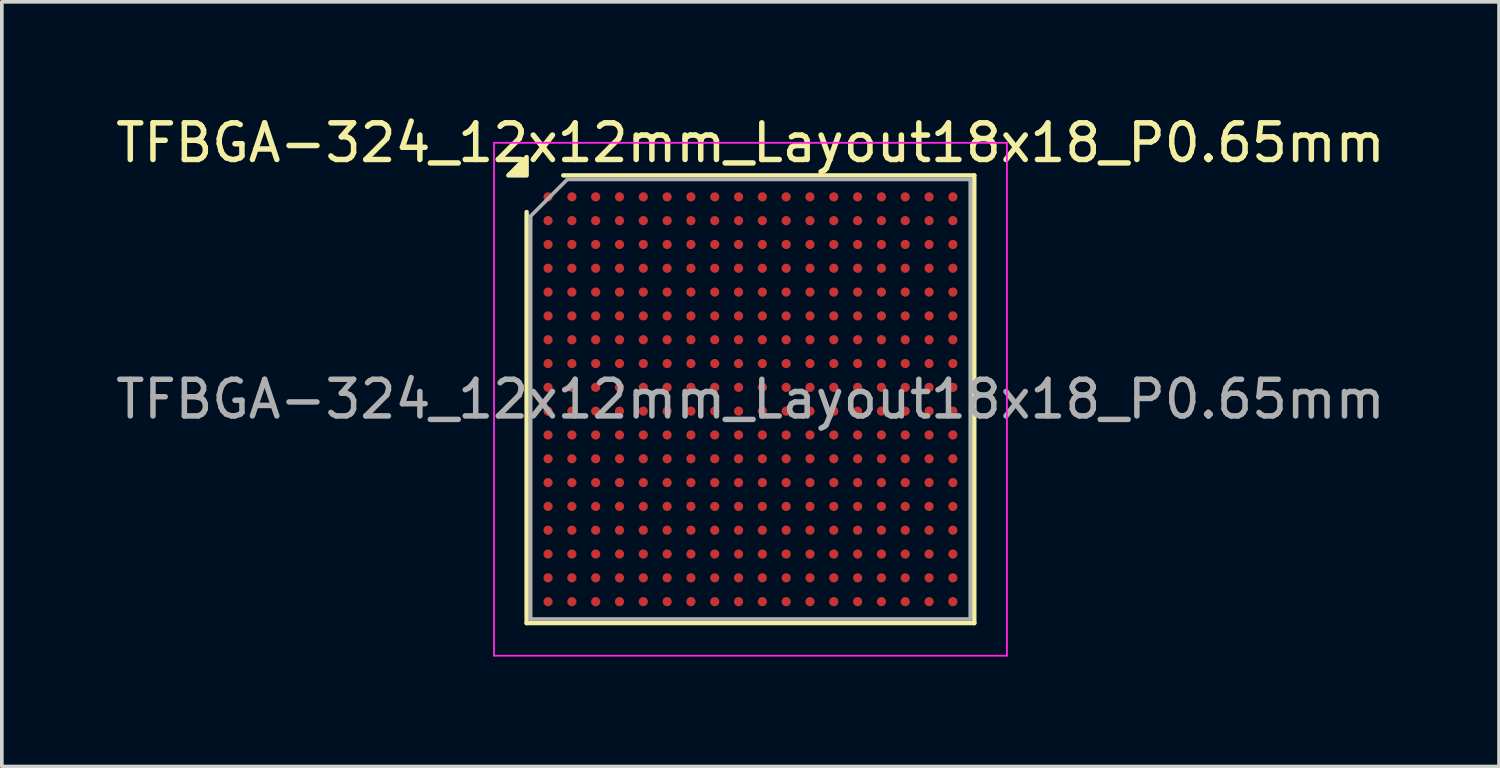
<source format=kicad_pcb>
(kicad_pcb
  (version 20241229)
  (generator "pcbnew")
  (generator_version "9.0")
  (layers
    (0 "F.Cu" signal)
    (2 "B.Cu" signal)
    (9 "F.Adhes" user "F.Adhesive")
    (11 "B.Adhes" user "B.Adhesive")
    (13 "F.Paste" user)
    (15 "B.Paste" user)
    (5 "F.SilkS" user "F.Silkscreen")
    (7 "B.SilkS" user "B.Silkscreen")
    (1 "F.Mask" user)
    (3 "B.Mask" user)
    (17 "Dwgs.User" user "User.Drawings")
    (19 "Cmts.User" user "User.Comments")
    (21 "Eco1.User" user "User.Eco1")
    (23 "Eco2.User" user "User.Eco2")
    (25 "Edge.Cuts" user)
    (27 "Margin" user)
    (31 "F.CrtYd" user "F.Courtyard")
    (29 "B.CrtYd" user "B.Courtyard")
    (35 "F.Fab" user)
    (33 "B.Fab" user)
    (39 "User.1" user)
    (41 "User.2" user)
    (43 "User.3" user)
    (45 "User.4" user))
  (footprint "TFBGA-324_12x12mm_Layout18x18_P0.65mm"
    (layer "F.Cu")
    (at 17.435 7.848)
    (property "Reference" "TFBGA-324_12x12mm_Layout18x18_P0.65mm" (at 0 -7 0) (layer "F.SilkS") (effects (font (size 1 1) (thickness 0.15))))
    (attr smd)
    (fp_line (start -6.11 6.11) (end -6.11 -5.11) (stroke (width 0.12) (type solid)) (layer "F.SilkS"))
    (fp_line (start -5.11 -6.11) (end 6.11 -6.11) (stroke (width 0.12) (type solid)) (layer "F.SilkS"))
    (fp_line (start 6.11 -6.11) (end 6.11 6.11) (stroke (width 0.12) (type solid)) (layer "F.SilkS"))
    (fp_line (start 6.11 6.11) (end -6.11 6.11) (stroke (width 0.12) (type solid)) (layer "F.SilkS"))
    (fp_poly (pts (xy -6.11 -6.11) (xy -6.61 -6.11) (xy -6.11 -6.61)) (stroke (width 0.12) (type solid)) (fill yes) (layer "F.SilkS"))
    (fp_line (start -7 -7) (end -7 7) (stroke (width 0.05) (type solid)) (layer "F.CrtYd"))
    (fp_line (start -7 7) (end 7 7) (stroke (width 0.05) (type solid)) (layer "F.CrtYd"))
    (fp_line (start 7 -7) (end -7 -7) (stroke (width 0.05) (type solid)) (layer "F.CrtYd"))
    (fp_line (start 7 7) (end 7 -7) (stroke (width 0.05) (type solid)) (layer "F.CrtYd"))
    (fp_line (start -6 -5) (end -5 -6) (stroke (width 0.1) (type solid)) (layer "F.Fab"))
    (fp_line (start -6 6) (end -6 -5) (stroke (width 0.1) (type solid)) (layer "F.Fab"))
    (fp_line (start -5 -6) (end 6 -6) (stroke (width 0.1) (type solid)) (layer "F.Fab"))
    (fp_line (start 6 -6) (end 6 6) (stroke (width 0.1) (type solid)) (layer "F.Fab"))
    (fp_line (start 6 6) (end -6 6) (stroke (width 0.1) (type solid)) (layer "F.Fab"))
    (fp_text user "${REFERENCE}" (at 0 0 0) (layer "F.Fab") (effects (font (size 1 1) (thickness 0.15))))
    (pad "A1" smd circle (at -5.525 -5.525) (size 0.25 0.25) (property pad_prop_bga) (layers "F.Cu" "F.Mask" "F.Paste"))
    (pad "A2" smd circle (at -4.875 -5.525) (size 0.25 0.25) (property pad_prop_bga) (layers "F.Cu" "F.Mask" "F.Paste"))
    (pad "A3" smd circle (at -4.225 -5.525) (size 0.25 0.25) (property pad_prop_bga) (layers "F.Cu" "F.Mask" "F.Paste"))
    (pad "A4" smd circle (at -3.575 -5.525) (size 0.25 0.25) (property pad_prop_bga) (layers "F.Cu" "F.Mask" "F.Paste"))
    (pad "A5" smd circle (at -2.925 -5.525) (size 0.25 0.25) (property pad_prop_bga) (layers "F.Cu" "F.Mask" "F.Paste"))
    (pad "A6" smd circle (at -2.275 -5.525) (size 0.25 0.25) (property pad_prop_bga) (layers "F.Cu" "F.Mask" "F.Paste"))
    (pad "A7" smd circle (at -1.625 -5.525) (size 0.25 0.25) (property pad_prop_bga) (layers "F.Cu" "F.Mask" "F.Paste"))
    (pad "A8" smd circle (at -0.975 -5.525) (size 0.25 0.25) (property pad_prop_bga) (layers "F.Cu" "F.Mask" "F.Paste"))
    (pad "A9" smd circle (at -0.325 -5.525) (size 0.25 0.25) (property pad_prop_bga) (layers "F.Cu" "F.Mask" "F.Paste"))
    (pad "A10" smd circle (at 0.325 -5.525) (size 0.25 0.25) (property pad_prop_bga) (layers "F.Cu" "F.Mask" "F.Paste"))
    (pad "A11" smd circle (at 0.975 -5.525) (size 0.25 0.25) (property pad_prop_bga) (layers "F.Cu" "F.Mask" "F.Paste"))
    (pad "A12" smd circle (at 1.625 -5.525) (size 0.25 0.25) (property pad_prop_bga) (layers "F.Cu" "F.Mask" "F.Paste"))
    (pad "A13" smd circle (at 2.275 -5.525) (size 0.25 0.25) (property pad_prop_bga) (layers "F.Cu" "F.Mask" "F.Paste"))
    (pad "A14" smd circle (at 2.925 -5.525) (size 0.25 0.25) (property pad_prop_bga) (layers "F.Cu" "F.Mask" "F.Paste"))
    (pad "A15" smd circle (at 3.575 -5.525) (size 0.25 0.25) (property pad_prop_bga) (layers "F.Cu" "F.Mask" "F.Paste"))
    (pad "A16" smd circle (at 4.225 -5.525) (size 0.25 0.25) (property pad_prop_bga) (layers "F.Cu" "F.Mask" "F.Paste"))
    (pad "A17" smd circle (at 4.875 -5.525) (size 0.25 0.25) (property pad_prop_bga) (layers "F.Cu" "F.Mask" "F.Paste"))
    (pad "A18" smd circle (at 5.525 -5.525) (size 0.25 0.25) (property pad_prop_bga) (layers "F.Cu" "F.Mask" "F.Paste"))
    (pad "B1" smd circle (at -5.525 -4.875) (size 0.25 0.25) (property pad_prop_bga) (layers "F.Cu" "F.Mask" "F.Paste"))
    (pad "B2" smd circle (at -4.875 -4.875) (size 0.25 0.25) (property pad_prop_bga) (layers "F.Cu" "F.Mask" "F.Paste"))
    (pad "B3" smd circle (at -4.225 -4.875) (size 0.25 0.25) (property pad_prop_bga) (layers "F.Cu" "F.Mask" "F.Paste"))
    (pad "B4" smd circle (at -3.575 -4.875) (size 0.25 0.25) (property pad_prop_bga) (layers "F.Cu" "F.Mask" "F.Paste"))
    (pad "B5" smd circle (at -2.925 -4.875) (size 0.25 0.25) (property pad_prop_bga) (layers "F.Cu" "F.Mask" "F.Paste"))
    (pad "B6" smd circle (at -2.275 -4.875) (size 0.25 0.25) (property pad_prop_bga) (layers "F.Cu" "F.Mask" "F.Paste"))
    (pad "B7" smd circle (at -1.625 -4.875) (size 0.25 0.25) (property pad_prop_bga) (layers "F.Cu" "F.Mask" "F.Paste"))
    (pad "B8" smd circle (at -0.975 -4.875) (size 0.25 0.25) (property pad_prop_bga) (layers "F.Cu" "F.Mask" "F.Paste"))
    (pad "B9" smd circle (at -0.325 -4.875) (size 0.25 0.25) (property pad_prop_bga) (layers "F.Cu" "F.Mask" "F.Paste"))
    (pad "B10" smd circle (at 0.325 -4.875) (size 0.25 0.25) (property pad_prop_bga) (layers "F.Cu" "F.Mask" "F.Paste"))
    (pad "B11" smd circle (at 0.975 -4.875) (size 0.25 0.25) (property pad_prop_bga) (layers "F.Cu" "F.Mask" "F.Paste"))
    (pad "B12" smd circle (at 1.625 -4.875) (size 0.25 0.25) (property pad_prop_bga) (layers "F.Cu" "F.Mask" "F.Paste"))
    (pad "B13" smd circle (at 2.275 -4.875) (size 0.25 0.25) (property pad_prop_bga) (layers "F.Cu" "F.Mask" "F.Paste"))
    (pad "B14" smd circle (at 2.925 -4.875) (size 0.25 0.25) (property pad_prop_bga) (layers "F.Cu" "F.Mask" "F.Paste"))
    (pad "B15" smd circle (at 3.575 -4.875) (size 0.25 0.25) (property pad_prop_bga) (layers "F.Cu" "F.Mask" "F.Paste"))
    (pad "B16" smd circle (at 4.225 -4.875) (size 0.25 0.25) (property pad_prop_bga) (layers "F.Cu" "F.Mask" "F.Paste"))
    (pad "B17" smd circle (at 4.875 -4.875) (size 0.25 0.25) (property pad_prop_bga) (layers "F.Cu" "F.Mask" "F.Paste"))
    (pad "B18" smd circle (at 5.525 -4.875) (size 0.25 0.25) (property pad_prop_bga) (layers "F.Cu" "F.Mask" "F.Paste"))
    (pad "C1" smd circle (at -5.525 -4.225) (size 0.25 0.25) (property pad_prop_bga) (layers "F.Cu" "F.Mask" "F.Paste"))
    (pad "C2" smd circle (at -4.875 -4.225) (size 0.25 0.25) (property pad_prop_bga) (layers "F.Cu" "F.Mask" "F.Paste"))
    (pad "C3" smd circle (at -4.225 -4.225) (size 0.25 0.25) (property pad_prop_bga) (layers "F.Cu" "F.Mask" "F.Paste"))
    (pad "C4" smd circle (at -3.575 -4.225) (size 0.25 0.25) (property pad_prop_bga) (layers "F.Cu" "F.Mask" "F.Paste"))
    (pad "C5" smd circle (at -2.925 -4.225) (size 0.25 0.25) (property pad_prop_bga) (layers "F.Cu" "F.Mask" "F.Paste"))
    (pad "C6" smd circle (at -2.275 -4.225) (size 0.25 0.25) (property pad_prop_bga) (layers "F.Cu" "F.Mask" "F.Paste"))
    (pad "C7" smd circle (at -1.625 -4.225) (size 0.25 0.25) (property pad_prop_bga) (layers "F.Cu" "F.Mask" "F.Paste"))
    (pad "C8" smd circle (at -0.975 -4.225) (size 0.25 0.25) (property pad_prop_bga) (layers "F.Cu" "F.Mask" "F.Paste"))
    (pad "C9" smd circle (at -0.325 -4.225) (size 0.25 0.25) (property pad_prop_bga) (layers "F.Cu" "F.Mask" "F.Paste"))
    (pad "C10" smd circle (at 0.325 -4.225) (size 0.25 0.25) (property pad_prop_bga) (layers "F.Cu" "F.Mask" "F.Paste"))
    (pad "C11" smd circle (at 0.975 -4.225) (size 0.25 0.25) (property pad_prop_bga) (layers "F.Cu" "F.Mask" "F.Paste"))
    (pad "C12" smd circle (at 1.625 -4.225) (size 0.25 0.25) (property pad_prop_bga) (layers "F.Cu" "F.Mask" "F.Paste"))
    (pad "C13" smd circle (at 2.275 -4.225) (size 0.25 0.25) (property pad_prop_bga) (layers "F.Cu" "F.Mask" "F.Paste"))
    (pad "C14" smd circle (at 2.925 -4.225) (size 0.25 0.25) (property pad_prop_bga) (layers "F.Cu" "F.Mask" "F.Paste"))
    (pad "C15" smd circle (at 3.575 -4.225) (size 0.25 0.25) (property pad_prop_bga) (layers "F.Cu" "F.Mask" "F.Paste"))
    (pad "C16" smd circle (at 4.225 -4.225) (size 0.25 0.25) (property pad_prop_bga) (layers "F.Cu" "F.Mask" "F.Paste"))
    (pad "C17" smd circle (at 4.875 -4.225) (size 0.25 0.25) (property pad_prop_bga) (layers "F.Cu" "F.Mask" "F.Paste"))
    (pad "C18" smd circle (at 5.525 -4.225) (size 0.25 0.25) (property pad_prop_bga) (layers "F.Cu" "F.Mask" "F.Paste"))
    (pad "D1" smd circle (at -5.525 -3.575) (size 0.25 0.25) (property pad_prop_bga) (layers "F.Cu" "F.Mask" "F.Paste"))
    (pad "D2" smd circle (at -4.875 -3.575) (size 0.25 0.25) (property pad_prop_bga) (layers "F.Cu" "F.Mask" "F.Paste"))
    (pad "D3" smd circle (at -4.225 -3.575) (size 0.25 0.25) (property pad_prop_bga) (layers "F.Cu" "F.Mask" "F.Paste"))
    (pad "D4" smd circle (at -3.575 -3.575) (size 0.25 0.25) (property pad_prop_bga) (layers "F.Cu" "F.Mask" "F.Paste"))
    (pad "D5" smd circle (at -2.925 -3.575) (size 0.25 0.25) (property pad_prop_bga) (layers "F.Cu" "F.Mask" "F.Paste"))
    (pad "D6" smd circle (at -2.275 -3.575) (size 0.25 0.25) (property pad_prop_bga) (layers "F.Cu" "F.Mask" "F.Paste"))
    (pad "D7" smd circle (at -1.625 -3.575) (size 0.25 0.25) (property pad_prop_bga) (layers "F.Cu" "F.Mask" "F.Paste"))
    (pad "D8" smd circle (at -0.975 -3.575) (size 0.25 0.25) (property pad_prop_bga) (layers "F.Cu" "F.Mask" "F.Paste"))
    (pad "D9" smd circle (at -0.325 -3.575) (size 0.25 0.25) (property pad_prop_bga) (layers "F.Cu" "F.Mask" "F.Paste"))
    (pad "D10" smd circle (at 0.325 -3.575) (size 0.25 0.25) (property pad_prop_bga) (layers "F.Cu" "F.Mask" "F.Paste"))
    (pad "D11" smd circle (at 0.975 -3.575) (size 0.25 0.25) (property pad_prop_bga) (layers "F.Cu" "F.Mask" "F.Paste"))
    (pad "D12" smd circle (at 1.625 -3.575) (size 0.25 0.25) (property pad_prop_bga) (layers "F.Cu" "F.Mask" "F.Paste"))
    (pad "D13" smd circle (at 2.275 -3.575) (size 0.25 0.25) (property pad_prop_bga) (layers "F.Cu" "F.Mask" "F.Paste"))
    (pad "D14" smd circle (at 2.925 -3.575) (size 0.25 0.25) (property pad_prop_bga) (layers "F.Cu" "F.Mask" "F.Paste"))
    (pad "D15" smd circle (at 3.575 -3.575) (size 0.25 0.25) (property pad_prop_bga) (layers "F.Cu" "F.Mask" "F.Paste"))
    (pad "D16" smd circle (at 4.225 -3.575) (size 0.25 0.25) (property pad_prop_bga) (layers "F.Cu" "F.Mask" "F.Paste"))
    (pad "D17" smd circle (at 4.875 -3.575) (size 0.25 0.25) (property pad_prop_bga) (layers "F.Cu" "F.Mask" "F.Paste"))
    (pad "D18" smd circle (at 5.525 -3.575) (size 0.25 0.25) (property pad_prop_bga) (layers "F.Cu" "F.Mask" "F.Paste"))
    (pad "E1" smd circle (at -5.525 -2.925) (size 0.25 0.25) (property pad_prop_bga) (layers "F.Cu" "F.Mask" "F.Paste"))
    (pad "E2" smd circle (at -4.875 -2.925) (size 0.25 0.25) (property pad_prop_bga) (layers "F.Cu" "F.Mask" "F.Paste"))
    (pad "E3" smd circle (at -4.225 -2.925) (size 0.25 0.25) (property pad_prop_bga) (layers "F.Cu" "F.Mask" "F.Paste"))
    (pad "E4" smd circle (at -3.575 -2.925) (size 0.25 0.25) (property pad_prop_bga) (layers "F.Cu" "F.Mask" "F.Paste"))
    (pad "E5" smd circle (at -2.925 -2.925) (size 0.25 0.25) (property pad_prop_bga) (layers "F.Cu" "F.Mask" "F.Paste"))
    (pad "E6" smd circle (at -2.275 -2.925) (size 0.25 0.25) (property pad_prop_bga) (layers "F.Cu" "F.Mask" "F.Paste"))
    (pad "E7" smd circle (at -1.625 -2.925) (size 0.25 0.25) (property pad_prop_bga) (layers "F.Cu" "F.Mask" "F.Paste"))
    (pad "E8" smd circle (at -0.975 -2.925) (size 0.25 0.25) (property pad_prop_bga) (layers "F.Cu" "F.Mask" "F.Paste"))
    (pad "E9" smd circle (at -0.325 -2.925) (size 0.25 0.25) (property pad_prop_bga) (layers "F.Cu" "F.Mask" "F.Paste"))
    (pad "E10" smd circle (at 0.325 -2.925) (size 0.25 0.25) (property pad_prop_bga) (layers "F.Cu" "F.Mask" "F.Paste"))
    (pad "E11" smd circle (at 0.975 -2.925) (size 0.25 0.25) (property pad_prop_bga) (layers "F.Cu" "F.Mask" "F.Paste"))
    (pad "E12" smd circle (at 1.625 -2.925) (size 0.25 0.25) (property pad_prop_bga) (layers "F.Cu" "F.Mask" "F.Paste"))
    (pad "E13" smd circle (at 2.275 -2.925) (size 0.25 0.25) (property pad_prop_bga) (layers "F.Cu" "F.Mask" "F.Paste"))
    (pad "E14" smd circle (at 2.925 -2.925) (size 0.25 0.25) (property pad_prop_bga) (layers "F.Cu" "F.Mask" "F.Paste"))
    (pad "E15" smd circle (at 3.575 -2.925) (size 0.25 0.25) (property pad_prop_bga) (layers "F.Cu" "F.Mask" "F.Paste"))
    (pad "E16" smd circle (at 4.225 -2.925) (size 0.25 0.25) (property pad_prop_bga) (layers "F.Cu" "F.Mask" "F.Paste"))
    (pad "E17" smd circle (at 4.875 -2.925) (size 0.25 0.25) (property pad_prop_bga) (layers "F.Cu" "F.Mask" "F.Paste"))
    (pad "E18" smd circle (at 5.525 -2.925) (size 0.25 0.25) (property pad_prop_bga) (layers "F.Cu" "F.Mask" "F.Paste"))
    (pad "F1" smd circle (at -5.525 -2.275) (size 0.25 0.25) (property pad_prop_bga) (layers "F.Cu" "F.Mask" "F.Paste"))
    (pad "F2" smd circle (at -4.875 -2.275) (size 0.25 0.25) (property pad_prop_bga) (layers "F.Cu" "F.Mask" "F.Paste"))
    (pad "F3" smd circle (at -4.225 -2.275) (size 0.25 0.25) (property pad_prop_bga) (layers "F.Cu" "F.Mask" "F.Paste"))
    (pad "F4" smd circle (at -3.575 -2.275) (size 0.25 0.25) (property pad_prop_bga) (layers "F.Cu" "F.Mask" "F.Paste"))
    (pad "F5" smd circle (at -2.925 -2.275) (size 0.25 0.25) (property pad_prop_bga) (layers "F.Cu" "F.Mask" "F.Paste"))
    (pad "F6" smd circle (at -2.275 -2.275) (size 0.25 0.25) (property pad_prop_bga) (layers "F.Cu" "F.Mask" "F.Paste"))
    (pad "F7" smd circle (at -1.625 -2.275) (size 0.25 0.25) (property pad_prop_bga) (layers "F.Cu" "F.Mask" "F.Paste"))
    (pad "F8" smd circle (at -0.975 -2.275) (size 0.25 0.25) (property pad_prop_bga) (layers "F.Cu" "F.Mask" "F.Paste"))
    (pad "F9" smd circle (at -0.325 -2.275) (size 0.25 0.25) (property pad_prop_bga) (layers "F.Cu" "F.Mask" "F.Paste"))
    (pad "F10" smd circle (at 0.325 -2.275) (size 0.25 0.25) (property pad_prop_bga) (layers "F.Cu" "F.Mask" "F.Paste"))
    (pad "F11" smd circle (at 0.975 -2.275) (size 0.25 0.25) (property pad_prop_bga) (layers "F.Cu" "F.Mask" "F.Paste"))
    (pad "F12" smd circle (at 1.625 -2.275) (size 0.25 0.25) (property pad_prop_bga) (layers "F.Cu" "F.Mask" "F.Paste"))
    (pad "F13" smd circle (at 2.275 -2.275) (size 0.25 0.25) (property pad_prop_bga) (layers "F.Cu" "F.Mask" "F.Paste"))
    (pad "F14" smd circle (at 2.925 -2.275) (size 0.25 0.25) (property pad_prop_bga) (layers "F.Cu" "F.Mask" "F.Paste"))
    (pad "F15" smd circle (at 3.575 -2.275) (size 0.25 0.25) (property pad_prop_bga) (layers "F.Cu" "F.Mask" "F.Paste"))
    (pad "F16" smd circle (at 4.225 -2.275) (size 0.25 0.25) (property pad_prop_bga) (layers "F.Cu" "F.Mask" "F.Paste"))
    (pad "F17" smd circle (at 4.875 -2.275) (size 0.25 0.25) (property pad_prop_bga) (layers "F.Cu" "F.Mask" "F.Paste"))
    (pad "F18" smd circle (at 5.525 -2.275) (size 0.25 0.25) (property pad_prop_bga) (layers "F.Cu" "F.Mask" "F.Paste"))
    (pad "G1" smd circle (at -5.525 -1.625) (size 0.25 0.25) (property pad_prop_bga) (layers "F.Cu" "F.Mask" "F.Paste"))
    (pad "G2" smd circle (at -4.875 -1.625) (size 0.25 0.25) (property pad_prop_bga) (layers "F.Cu" "F.Mask" "F.Paste"))
    (pad "G3" smd circle (at -4.225 -1.625) (size 0.25 0.25) (property pad_prop_bga) (layers "F.Cu" "F.Mask" "F.Paste"))
    (pad "G4" smd circle (at -3.575 -1.625) (size 0.25 0.25) (property pad_prop_bga) (layers "F.Cu" "F.Mask" "F.Paste"))
    (pad "G5" smd circle (at -2.925 -1.625) (size 0.25 0.25) (property pad_prop_bga) (layers "F.Cu" "F.Mask" "F.Paste"))
    (pad "G6" smd circle (at -2.275 -1.625) (size 0.25 0.25) (property pad_prop_bga) (layers "F.Cu" "F.Mask" "F.Paste"))
    (pad "G7" smd circle (at -1.625 -1.625) (size 0.25 0.25) (property pad_prop_bga) (layers "F.Cu" "F.Mask" "F.Paste"))
    (pad "G8" smd circle (at -0.975 -1.625) (size 0.25 0.25) (property pad_prop_bga) (layers "F.Cu" "F.Mask" "F.Paste"))
    (pad "G9" smd circle (at -0.325 -1.625) (size 0.25 0.25) (property pad_prop_bga) (layers "F.Cu" "F.Mask" "F.Paste"))
    (pad "G10" smd circle (at 0.325 -1.625) (size 0.25 0.25) (property pad_prop_bga) (layers "F.Cu" "F.Mask" "F.Paste"))
    (pad "G11" smd circle (at 0.975 -1.625) (size 0.25 0.25) (property pad_prop_bga) (layers "F.Cu" "F.Mask" "F.Paste"))
    (pad "G12" smd circle (at 1.625 -1.625) (size 0.25 0.25) (property pad_prop_bga) (layers "F.Cu" "F.Mask" "F.Paste"))
    (pad "G13" smd circle (at 2.275 -1.625) (size 0.25 0.25) (property pad_prop_bga) (layers "F.Cu" "F.Mask" "F.Paste"))
    (pad "G14" smd circle (at 2.925 -1.625) (size 0.25 0.25) (property pad_prop_bga) (layers "F.Cu" "F.Mask" "F.Paste"))
    (pad "G15" smd circle (at 3.575 -1.625) (size 0.25 0.25) (property pad_prop_bga) (layers "F.Cu" "F.Mask" "F.Paste"))
    (pad "G16" smd circle (at 4.225 -1.625) (size 0.25 0.25) (property pad_prop_bga) (layers "F.Cu" "F.Mask" "F.Paste"))
    (pad "G17" smd circle (at 4.875 -1.625) (size 0.25 0.25) (property pad_prop_bga) (layers "F.Cu" "F.Mask" "F.Paste"))
    (pad "G18" smd circle (at 5.525 -1.625) (size 0.25 0.25) (property pad_prop_bga) (layers "F.Cu" "F.Mask" "F.Paste"))
    (pad "H1" smd circle (at -5.525 -0.975) (size 0.25 0.25) (property pad_prop_bga) (layers "F.Cu" "F.Mask" "F.Paste"))
    (pad "H2" smd circle (at -4.875 -0.975) (size 0.25 0.25) (property pad_prop_bga) (layers "F.Cu" "F.Mask" "F.Paste"))
    (pad "H3" smd circle (at -4.225 -0.975) (size 0.25 0.25) (property pad_prop_bga) (layers "F.Cu" "F.Mask" "F.Paste"))
    (pad "H4" smd circle (at -3.575 -0.975) (size 0.25 0.25) (property pad_prop_bga) (layers "F.Cu" "F.Mask" "F.Paste"))
    (pad "H5" smd circle (at -2.925 -0.975) (size 0.25 0.25) (property pad_prop_bga) (layers "F.Cu" "F.Mask" "F.Paste"))
    (pad "H6" smd circle (at -2.275 -0.975) (size 0.25 0.25) (property pad_prop_bga) (layers "F.Cu" "F.Mask" "F.Paste"))
    (pad "H7" smd circle (at -1.625 -0.975) (size 0.25 0.25) (property pad_prop_bga) (layers "F.Cu" "F.Mask" "F.Paste"))
    (pad "H8" smd circle (at -0.975 -0.975) (size 0.25 0.25) (property pad_prop_bga) (layers "F.Cu" "F.Mask" "F.Paste"))
    (pad "H9" smd circle (at -0.325 -0.975) (size 0.25 0.25) (property pad_prop_bga) (layers "F.Cu" "F.Mask" "F.Paste"))
    (pad "H10" smd circle (at 0.325 -0.975) (size 0.25 0.25) (property pad_prop_bga) (layers "F.Cu" "F.Mask" "F.Paste"))
    (pad "H11" smd circle (at 0.975 -0.975) (size 0.25 0.25) (property pad_prop_bga) (layers "F.Cu" "F.Mask" "F.Paste"))
    (pad "H12" smd circle (at 1.625 -0.975) (size 0.25 0.25) (property pad_prop_bga) (layers "F.Cu" "F.Mask" "F.Paste"))
    (pad "H13" smd circle (at 2.275 -0.975) (size 0.25 0.25) (property pad_prop_bga) (layers "F.Cu" "F.Mask" "F.Paste"))
    (pad "H14" smd circle (at 2.925 -0.975) (size 0.25 0.25) (property pad_prop_bga) (layers "F.Cu" "F.Mask" "F.Paste"))
    (pad "H15" smd circle (at 3.575 -0.975) (size 0.25 0.25) (property pad_prop_bga) (layers "F.Cu" "F.Mask" "F.Paste"))
    (pad "H16" smd circle (at 4.225 -0.975) (size 0.25 0.25) (property pad_prop_bga) (layers "F.Cu" "F.Mask" "F.Paste"))
    (pad "H17" smd circle (at 4.875 -0.975) (size 0.25 0.25) (property pad_prop_bga) (layers "F.Cu" "F.Mask" "F.Paste"))
    (pad "H18" smd circle (at 5.525 -0.975) (size 0.25 0.25) (property pad_prop_bga) (layers "F.Cu" "F.Mask" "F.Paste"))
    (pad "J1" smd circle (at -5.525 -0.325) (size 0.25 0.25) (property pad_prop_bga) (layers "F.Cu" "F.Mask" "F.Paste"))
    (pad "J2" smd circle (at -4.875 -0.325) (size 0.25 0.25) (property pad_prop_bga) (layers "F.Cu" "F.Mask" "F.Paste"))
    (pad "J3" smd circle (at -4.225 -0.325) (size 0.25 0.25) (property pad_prop_bga) (layers "F.Cu" "F.Mask" "F.Paste"))
    (pad "J4" smd circle (at -3.575 -0.325) (size 0.25 0.25) (property pad_prop_bga) (layers "F.Cu" "F.Mask" "F.Paste"))
    (pad "J5" smd circle (at -2.925 -0.325) (size 0.25 0.25) (property pad_prop_bga) (layers "F.Cu" "F.Mask" "F.Paste"))
    (pad "J6" smd circle (at -2.275 -0.325) (size 0.25 0.25) (property pad_prop_bga) (layers "F.Cu" "F.Mask" "F.Paste"))
    (pad "J7" smd circle (at -1.625 -0.325) (size 0.25 0.25) (property pad_prop_bga) (layers "F.Cu" "F.Mask" "F.Paste"))
    (pad "J8" smd circle (at -0.975 -0.325) (size 0.25 0.25) (property pad_prop_bga) (layers "F.Cu" "F.Mask" "F.Paste"))
    (pad "J9" smd circle (at -0.325 -0.325) (size 0.25 0.25) (property pad_prop_bga) (layers "F.Cu" "F.Mask" "F.Paste"))
    (pad "J10" smd circle (at 0.325 -0.325) (size 0.25 0.25) (property pad_prop_bga) (layers "F.Cu" "F.Mask" "F.Paste"))
    (pad "J11" smd circle (at 0.975 -0.325) (size 0.25 0.25) (property pad_prop_bga) (layers "F.Cu" "F.Mask" "F.Paste"))
    (pad "J12" smd circle (at 1.625 -0.325) (size 0.25 0.25) (property pad_prop_bga) (layers "F.Cu" "F.Mask" "F.Paste"))
    (pad "J13" smd circle (at 2.275 -0.325) (size 0.25 0.25) (property pad_prop_bga) (layers "F.Cu" "F.Mask" "F.Paste"))
    (pad "J14" smd circle (at 2.925 -0.325) (size 0.25 0.25) (property pad_prop_bga) (layers "F.Cu" "F.Mask" "F.Paste"))
    (pad "J15" smd circle (at 3.575 -0.325) (size 0.25 0.25) (property pad_prop_bga) (layers "F.Cu" "F.Mask" "F.Paste"))
    (pad "J16" smd circle (at 4.225 -0.325) (size 0.25 0.25) (property pad_prop_bga) (layers "F.Cu" "F.Mask" "F.Paste"))
    (pad "J17" smd circle (at 4.875 -0.325) (size 0.25 0.25) (property pad_prop_bga) (layers "F.Cu" "F.Mask" "F.Paste"))
    (pad "J18" smd circle (at 5.525 -0.325) (size 0.25 0.25) (property pad_prop_bga) (layers "F.Cu" "F.Mask" "F.Paste"))
    (pad "K1" smd circle (at -5.525 0.325) (size 0.25 0.25) (property pad_prop_bga) (layers "F.Cu" "F.Mask" "F.Paste"))
    (pad "K2" smd circle (at -4.875 0.325) (size 0.25 0.25) (property pad_prop_bga) (layers "F.Cu" "F.Mask" "F.Paste"))
    (pad "K3" smd circle (at -4.225 0.325) (size 0.25 0.25) (property pad_prop_bga) (layers "F.Cu" "F.Mask" "F.Paste"))
    (pad "K4" smd circle (at -3.575 0.325) (size 0.25 0.25) (property pad_prop_bga) (layers "F.Cu" "F.Mask" "F.Paste"))
    (pad "K5" smd circle (at -2.925 0.325) (size 0.25 0.25) (property pad_prop_bga) (layers "F.Cu" "F.Mask" "F.Paste"))
    (pad "K6" smd circle (at -2.275 0.325) (size 0.25 0.25) (property pad_prop_bga) (layers "F.Cu" "F.Mask" "F.Paste"))
    (pad "K7" smd circle (at -1.625 0.325) (size 0.25 0.25) (property pad_prop_bga) (layers "F.Cu" "F.Mask" "F.Paste"))
    (pad "K8" smd circle (at -0.975 0.325) (size 0.25 0.25) (property pad_prop_bga) (layers "F.Cu" "F.Mask" "F.Paste"))
    (pad "K9" smd circle (at -0.325 0.325) (size 0.25 0.25) (property pad_prop_bga) (layers "F.Cu" "F.Mask" "F.Paste"))
    (pad "K10" smd circle (at 0.325 0.325) (size 0.25 0.25) (property pad_prop_bga) (layers "F.Cu" "F.Mask" "F.Paste"))
    (pad "K11" smd circle (at 0.975 0.325) (size 0.25 0.25) (property pad_prop_bga) (layers "F.Cu" "F.Mask" "F.Paste"))
    (pad "K12" smd circle (at 1.625 0.325) (size 0.25 0.25) (property pad_prop_bga) (layers "F.Cu" "F.Mask" "F.Paste"))
    (pad "K13" smd circle (at 2.275 0.325) (size 0.25 0.25) (property pad_prop_bga) (layers "F.Cu" "F.Mask" "F.Paste"))
    (pad "K14" smd circle (at 2.925 0.325) (size 0.25 0.25) (property pad_prop_bga) (layers "F.Cu" "F.Mask" "F.Paste"))
    (pad "K15" smd circle (at 3.575 0.325) (size 0.25 0.25) (property pad_prop_bga) (layers "F.Cu" "F.Mask" "F.Paste"))
    (pad "K16" smd circle (at 4.225 0.325) (size 0.25 0.25) (property pad_prop_bga) (layers "F.Cu" "F.Mask" "F.Paste"))
    (pad "K17" smd circle (at 4.875 0.325) (size 0.25 0.25) (property pad_prop_bga) (layers "F.Cu" "F.Mask" "F.Paste"))
    (pad "K18" smd circle (at 5.525 0.325) (size 0.25 0.25) (property pad_prop_bga) (layers "F.Cu" "F.Mask" "F.Paste"))
    (pad "L1" smd circle (at -5.525 0.975) (size 0.25 0.25) (property pad_prop_bga) (layers "F.Cu" "F.Mask" "F.Paste"))
    (pad "L2" smd circle (at -4.875 0.975) (size 0.25 0.25) (property pad_prop_bga) (layers "F.Cu" "F.Mask" "F.Paste"))
    (pad "L3" smd circle (at -4.225 0.975) (size 0.25 0.25) (property pad_prop_bga) (layers "F.Cu" "F.Mask" "F.Paste"))
    (pad "L4" smd circle (at -3.575 0.975) (size 0.25 0.25) (property pad_prop_bga) (layers "F.Cu" "F.Mask" "F.Paste"))
    (pad "L5" smd circle (at -2.925 0.975) (size 0.25 0.25) (property pad_prop_bga) (layers "F.Cu" "F.Mask" "F.Paste"))
    (pad "L6" smd circle (at -2.275 0.975) (size 0.25 0.25) (property pad_prop_bga) (layers "F.Cu" "F.Mask" "F.Paste"))
    (pad "L7" smd circle (at -1.625 0.975) (size 0.25 0.25) (property pad_prop_bga) (layers "F.Cu" "F.Mask" "F.Paste"))
    (pad "L8" smd circle (at -0.975 0.975) (size 0.25 0.25) (property pad_prop_bga) (layers "F.Cu" "F.Mask" "F.Paste"))
    (pad "L9" smd circle (at -0.325 0.975) (size 0.25 0.25) (property pad_prop_bga) (layers "F.Cu" "F.Mask" "F.Paste"))
    (pad "L10" smd circle (at 0.325 0.975) (size 0.25 0.25) (property pad_prop_bga) (layers "F.Cu" "F.Mask" "F.Paste"))
    (pad "L11" smd circle (at 0.975 0.975) (size 0.25 0.25) (property pad_prop_bga) (layers "F.Cu" "F.Mask" "F.Paste"))
    (pad "L12" smd circle (at 1.625 0.975) (size 0.25 0.25) (property pad_prop_bga) (layers "F.Cu" "F.Mask" "F.Paste"))
    (pad "L13" smd circle (at 2.275 0.975) (size 0.25 0.25) (property pad_prop_bga) (layers "F.Cu" "F.Mask" "F.Paste"))
    (pad "L14" smd circle (at 2.925 0.975) (size 0.25 0.25) (property pad_prop_bga) (layers "F.Cu" "F.Mask" "F.Paste"))
    (pad "L15" smd circle (at 3.575 0.975) (size 0.25 0.25) (property pad_prop_bga) (layers "F.Cu" "F.Mask" "F.Paste"))
    (pad "L16" smd circle (at 4.225 0.975) (size 0.25 0.25) (property pad_prop_bga) (layers "F.Cu" "F.Mask" "F.Paste"))
    (pad "L17" smd circle (at 4.875 0.975) (size 0.25 0.25) (property pad_prop_bga) (layers "F.Cu" "F.Mask" "F.Paste"))
    (pad "L18" smd circle (at 5.525 0.975) (size 0.25 0.25) (property pad_prop_bga) (layers "F.Cu" "F.Mask" "F.Paste"))
    (pad "M1" smd circle (at -5.525 1.625) (size 0.25 0.25) (property pad_prop_bga) (layers "F.Cu" "F.Mask" "F.Paste"))
    (pad "M2" smd circle (at -4.875 1.625) (size 0.25 0.25) (property pad_prop_bga) (layers "F.Cu" "F.Mask" "F.Paste"))
    (pad "M3" smd circle (at -4.225 1.625) (size 0.25 0.25) (property pad_prop_bga) (layers "F.Cu" "F.Mask" "F.Paste"))
    (pad "M4" smd circle (at -3.575 1.625) (size 0.25 0.25) (property pad_prop_bga) (layers "F.Cu" "F.Mask" "F.Paste"))
    (pad "M5" smd circle (at -2.925 1.625) (size 0.25 0.25) (property pad_prop_bga) (layers "F.Cu" "F.Mask" "F.Paste"))
    (pad "M6" smd circle (at -2.275 1.625) (size 0.25 0.25) (property pad_prop_bga) (layers "F.Cu" "F.Mask" "F.Paste"))
    (pad "M7" smd circle (at -1.625 1.625) (size 0.25 0.25) (property pad_prop_bga) (layers "F.Cu" "F.Mask" "F.Paste"))
    (pad "M8" smd circle (at -0.975 1.625) (size 0.25 0.25) (property pad_prop_bga) (layers "F.Cu" "F.Mask" "F.Paste"))
    (pad "M9" smd circle (at -0.325 1.625) (size 0.25 0.25) (property pad_prop_bga) (layers "F.Cu" "F.Mask" "F.Paste"))
    (pad "M10" smd circle (at 0.325 1.625) (size 0.25 0.25) (property pad_prop_bga) (layers "F.Cu" "F.Mask" "F.Paste"))
    (pad "M11" smd circle (at 0.975 1.625) (size 0.25 0.25) (property pad_prop_bga) (layers "F.Cu" "F.Mask" "F.Paste"))
    (pad "M12" smd circle (at 1.625 1.625) (size 0.25 0.25) (property pad_prop_bga) (layers "F.Cu" "F.Mask" "F.Paste"))
    (pad "M13" smd circle (at 2.275 1.625) (size 0.25 0.25) (property pad_prop_bga) (layers "F.Cu" "F.Mask" "F.Paste"))
    (pad "M14" smd circle (at 2.925 1.625) (size 0.25 0.25) (property pad_prop_bga) (layers "F.Cu" "F.Mask" "F.Paste"))
    (pad "M15" smd circle (at 3.575 1.625) (size 0.25 0.25) (property pad_prop_bga) (layers "F.Cu" "F.Mask" "F.Paste"))
    (pad "M16" smd circle (at 4.225 1.625) (size 0.25 0.25) (property pad_prop_bga) (layers "F.Cu" "F.Mask" "F.Paste"))
    (pad "M17" smd circle (at 4.875 1.625) (size 0.25 0.25) (property pad_prop_bga) (layers "F.Cu" "F.Mask" "F.Paste"))
    (pad "M18" smd circle (at 5.525 1.625) (size 0.25 0.25) (property pad_prop_bga) (layers "F.Cu" "F.Mask" "F.Paste"))
    (pad "N1" smd circle (at -5.525 2.275) (size 0.25 0.25) (property pad_prop_bga) (layers "F.Cu" "F.Mask" "F.Paste"))
    (pad "N2" smd circle (at -4.875 2.275) (size 0.25 0.25) (property pad_prop_bga) (layers "F.Cu" "F.Mask" "F.Paste"))
    (pad "N3" smd circle (at -4.225 2.275) (size 0.25 0.25) (property pad_prop_bga) (layers "F.Cu" "F.Mask" "F.Paste"))
    (pad "N4" smd circle (at -3.575 2.275) (size 0.25 0.25) (property pad_prop_bga) (layers "F.Cu" "F.Mask" "F.Paste"))
    (pad "N5" smd circle (at -2.925 2.275) (size 0.25 0.25) (property pad_prop_bga) (layers "F.Cu" "F.Mask" "F.Paste"))
    (pad "N6" smd circle (at -2.275 2.275) (size 0.25 0.25) (property pad_prop_bga) (layers "F.Cu" "F.Mask" "F.Paste"))
    (pad "N7" smd circle (at -1.625 2.275) (size 0.25 0.25) (property pad_prop_bga) (layers "F.Cu" "F.Mask" "F.Paste"))
    (pad "N8" smd circle (at -0.975 2.275) (size 0.25 0.25) (property pad_prop_bga) (layers "F.Cu" "F.Mask" "F.Paste"))
    (pad "N9" smd circle (at -0.325 2.275) (size 0.25 0.25) (property pad_prop_bga) (layers "F.Cu" "F.Mask" "F.Paste"))
    (pad "N10" smd circle (at 0.325 2.275) (size 0.25 0.25) (property pad_prop_bga) (layers "F.Cu" "F.Mask" "F.Paste"))
    (pad "N11" smd circle (at 0.975 2.275) (size 0.25 0.25) (property pad_prop_bga) (layers "F.Cu" "F.Mask" "F.Paste"))
    (pad "N12" smd circle (at 1.625 2.275) (size 0.25 0.25) (property pad_prop_bga) (layers "F.Cu" "F.Mask" "F.Paste"))
    (pad "N13" smd circle (at 2.275 2.275) (size 0.25 0.25) (property pad_prop_bga) (layers "F.Cu" "F.Mask" "F.Paste"))
    (pad "N14" smd circle (at 2.925 2.275) (size 0.25 0.25) (property pad_prop_bga) (layers "F.Cu" "F.Mask" "F.Paste"))
    (pad "N15" smd circle (at 3.575 2.275) (size 0.25 0.25) (property pad_prop_bga) (layers "F.Cu" "F.Mask" "F.Paste"))
    (pad "N16" smd circle (at 4.225 2.275) (size 0.25 0.25) (property pad_prop_bga) (layers "F.Cu" "F.Mask" "F.Paste"))
    (pad "N17" smd circle (at 4.875 2.275) (size 0.25 0.25) (property pad_prop_bga) (layers "F.Cu" "F.Mask" "F.Paste"))
    (pad "N18" smd circle (at 5.525 2.275) (size 0.25 0.25) (property pad_prop_bga) (layers "F.Cu" "F.Mask" "F.Paste"))
    (pad "P1" smd circle (at -5.525 2.925) (size 0.25 0.25) (property pad_prop_bga) (layers "F.Cu" "F.Mask" "F.Paste"))
    (pad "P2" smd circle (at -4.875 2.925) (size 0.25 0.25) (property pad_prop_bga) (layers "F.Cu" "F.Mask" "F.Paste"))
    (pad "P3" smd circle (at -4.225 2.925) (size 0.25 0.25) (property pad_prop_bga) (layers "F.Cu" "F.Mask" "F.Paste"))
    (pad "P4" smd circle (at -3.575 2.925) (size 0.25 0.25) (property pad_prop_bga) (layers "F.Cu" "F.Mask" "F.Paste"))
    (pad "P5" smd circle (at -2.925 2.925) (size 0.25 0.25) (property pad_prop_bga) (layers "F.Cu" "F.Mask" "F.Paste"))
    (pad "P6" smd circle (at -2.275 2.925) (size 0.25 0.25) (property pad_prop_bga) (layers "F.Cu" "F.Mask" "F.Paste"))
    (pad "P7" smd circle (at -1.625 2.925) (size 0.25 0.25) (property pad_prop_bga) (layers "F.Cu" "F.Mask" "F.Paste"))
    (pad "P8" smd circle (at -0.975 2.925) (size 0.25 0.25) (property pad_prop_bga) (layers "F.Cu" "F.Mask" "F.Paste"))
    (pad "P9" smd circle (at -0.325 2.925) (size 0.25 0.25) (property pad_prop_bga) (layers "F.Cu" "F.Mask" "F.Paste"))
    (pad "P10" smd circle (at 0.325 2.925) (size 0.25 0.25) (property pad_prop_bga) (layers "F.Cu" "F.Mask" "F.Paste"))
    (pad "P11" smd circle (at 0.975 2.925) (size 0.25 0.25) (property pad_prop_bga) (layers "F.Cu" "F.Mask" "F.Paste"))
    (pad "P12" smd circle (at 1.625 2.925) (size 0.25 0.25) (property pad_prop_bga) (layers "F.Cu" "F.Mask" "F.Paste"))
    (pad "P13" smd circle (at 2.275 2.925) (size 0.25 0.25) (property pad_prop_bga) (layers "F.Cu" "F.Mask" "F.Paste"))
    (pad "P14" smd circle (at 2.925 2.925) (size 0.25 0.25) (property pad_prop_bga) (layers "F.Cu" "F.Mask" "F.Paste"))
    (pad "P15" smd circle (at 3.575 2.925) (size 0.25 0.25) (property pad_prop_bga) (layers "F.Cu" "F.Mask" "F.Paste"))
    (pad "P16" smd circle (at 4.225 2.925) (size 0.25 0.25) (property pad_prop_bga) (layers "F.Cu" "F.Mask" "F.Paste"))
    (pad "P17" smd circle (at 4.875 2.925) (size 0.25 0.25) (property pad_prop_bga) (layers "F.Cu" "F.Mask" "F.Paste"))
    (pad "P18" smd circle (at 5.525 2.925) (size 0.25 0.25) (property pad_prop_bga) (layers "F.Cu" "F.Mask" "F.Paste"))
    (pad "R1" smd circle (at -5.525 3.575) (size 0.25 0.25) (property pad_prop_bga) (layers "F.Cu" "F.Mask" "F.Paste"))
    (pad "R2" smd circle (at -4.875 3.575) (size 0.25 0.25) (property pad_prop_bga) (layers "F.Cu" "F.Mask" "F.Paste"))
    (pad "R3" smd circle (at -4.225 3.575) (size 0.25 0.25) (property pad_prop_bga) (layers "F.Cu" "F.Mask" "F.Paste"))
    (pad "R4" smd circle (at -3.575 3.575) (size 0.25 0.25) (property pad_prop_bga) (layers "F.Cu" "F.Mask" "F.Paste"))
    (pad "R5" smd circle (at -2.925 3.575) (size 0.25 0.25) (property pad_prop_bga) (layers "F.Cu" "F.Mask" "F.Paste"))
    (pad "R6" smd circle (at -2.275 3.575) (size 0.25 0.25) (property pad_prop_bga) (layers "F.Cu" "F.Mask" "F.Paste"))
    (pad "R7" smd circle (at -1.625 3.575) (size 0.25 0.25) (property pad_prop_bga) (layers "F.Cu" "F.Mask" "F.Paste"))
    (pad "R8" smd circle (at -0.975 3.575) (size 0.25 0.25) (property pad_prop_bga) (layers "F.Cu" "F.Mask" "F.Paste"))
    (pad "R9" smd circle (at -0.325 3.575) (size 0.25 0.25) (property pad_prop_bga) (layers "F.Cu" "F.Mask" "F.Paste"))
    (pad "R10" smd circle (at 0.325 3.575) (size 0.25 0.25) (property pad_prop_bga) (layers "F.Cu" "F.Mask" "F.Paste"))
    (pad "R11" smd circle (at 0.975 3.575) (size 0.25 0.25) (property pad_prop_bga) (layers "F.Cu" "F.Mask" "F.Paste"))
    (pad "R12" smd circle (at 1.625 3.575) (size 0.25 0.25) (property pad_prop_bga) (layers "F.Cu" "F.Mask" "F.Paste"))
    (pad "R13" smd circle (at 2.275 3.575) (size 0.25 0.25) (property pad_prop_bga) (layers "F.Cu" "F.Mask" "F.Paste"))
    (pad "R14" smd circle (at 2.925 3.575) (size 0.25 0.25) (property pad_prop_bga) (layers "F.Cu" "F.Mask" "F.Paste"))
    (pad "R15" smd circle (at 3.575 3.575) (size 0.25 0.25) (property pad_prop_bga) (layers "F.Cu" "F.Mask" "F.Paste"))
    (pad "R16" smd circle (at 4.225 3.575) (size 0.25 0.25) (property pad_prop_bga) (layers "F.Cu" "F.Mask" "F.Paste"))
    (pad "R17" smd circle (at 4.875 3.575) (size 0.25 0.25) (property pad_prop_bga) (layers "F.Cu" "F.Mask" "F.Paste"))
    (pad "R18" smd circle (at 5.525 3.575) (size 0.25 0.25) (property pad_prop_bga) (layers "F.Cu" "F.Mask" "F.Paste"))
    (pad "T1" smd circle (at -5.525 4.225) (size 0.25 0.25) (property pad_prop_bga) (layers "F.Cu" "F.Mask" "F.Paste"))
    (pad "T2" smd circle (at -4.875 4.225) (size 0.25 0.25) (property pad_prop_bga) (layers "F.Cu" "F.Mask" "F.Paste"))
    (pad "T3" smd circle (at -4.225 4.225) (size 0.25 0.25) (property pad_prop_bga) (layers "F.Cu" "F.Mask" "F.Paste"))
    (pad "T4" smd circle (at -3.575 4.225) (size 0.25 0.25) (property pad_prop_bga) (layers "F.Cu" "F.Mask" "F.Paste"))
    (pad "T5" smd circle (at -2.925 4.225) (size 0.25 0.25) (property pad_prop_bga) (layers "F.Cu" "F.Mask" "F.Paste"))
    (pad "T6" smd circle (at -2.275 4.225) (size 0.25 0.25) (property pad_prop_bga) (layers "F.Cu" "F.Mask" "F.Paste"))
    (pad "T7" smd circle (at -1.625 4.225) (size 0.25 0.25) (property pad_prop_bga) (layers "F.Cu" "F.Mask" "F.Paste"))
    (pad "T8" smd circle (at -0.975 4.225) (size 0.25 0.25) (property pad_prop_bga) (layers "F.Cu" "F.Mask" "F.Paste"))
    (pad "T9" smd circle (at -0.325 4.225) (size 0.25 0.25) (property pad_prop_bga) (layers "F.Cu" "F.Mask" "F.Paste"))
    (pad "T10" smd circle (at 0.325 4.225) (size 0.25 0.25) (property pad_prop_bga) (layers "F.Cu" "F.Mask" "F.Paste"))
    (pad "T11" smd circle (at 0.975 4.225) (size 0.25 0.25) (property pad_prop_bga) (layers "F.Cu" "F.Mask" "F.Paste"))
    (pad "T12" smd circle (at 1.625 4.225) (size 0.25 0.25) (property pad_prop_bga) (layers "F.Cu" "F.Mask" "F.Paste"))
    (pad "T13" smd circle (at 2.275 4.225) (size 0.25 0.25) (property pad_prop_bga) (layers "F.Cu" "F.Mask" "F.Paste"))
    (pad "T14" smd circle (at 2.925 4.225) (size 0.25 0.25) (property pad_prop_bga) (layers "F.Cu" "F.Mask" "F.Paste"))
    (pad "T15" smd circle (at 3.575 4.225) (size 0.25 0.25) (property pad_prop_bga) (layers "F.Cu" "F.Mask" "F.Paste"))
    (pad "T16" smd circle (at 4.225 4.225) (size 0.25 0.25) (property pad_prop_bga) (layers "F.Cu" "F.Mask" "F.Paste"))
    (pad "T17" smd circle (at 4.875 4.225) (size 0.25 0.25) (property pad_prop_bga) (layers "F.Cu" "F.Mask" "F.Paste"))
    (pad "T18" smd circle (at 5.525 4.225) (size 0.25 0.25) (property pad_prop_bga) (layers "F.Cu" "F.Mask" "F.Paste"))
    (pad "U1" smd circle (at -5.525 4.875) (size 0.25 0.25) (property pad_prop_bga) (layers "F.Cu" "F.Mask" "F.Paste"))
    (pad "U2" smd circle (at -4.875 4.875) (size 0.25 0.25) (property pad_prop_bga) (layers "F.Cu" "F.Mask" "F.Paste"))
    (pad "U3" smd circle (at -4.225 4.875) (size 0.25 0.25) (property pad_prop_bga) (layers "F.Cu" "F.Mask" "F.Paste"))
    (pad "U4" smd circle (at -3.575 4.875) (size 0.25 0.25) (property pad_prop_bga) (layers "F.Cu" "F.Mask" "F.Paste"))
    (pad "U5" smd circle (at -2.925 4.875) (size 0.25 0.25) (property pad_prop_bga) (layers "F.Cu" "F.Mask" "F.Paste"))
    (pad "U6" smd circle (at -2.275 4.875) (size 0.25 0.25) (property pad_prop_bga) (layers "F.Cu" "F.Mask" "F.Paste"))
    (pad "U7" smd circle (at -1.625 4.875) (size 0.25 0.25) (property pad_prop_bga) (layers "F.Cu" "F.Mask" "F.Paste"))
    (pad "U8" smd circle (at -0.975 4.875) (size 0.25 0.25) (property pad_prop_bga) (layers "F.Cu" "F.Mask" "F.Paste"))
    (pad "U9" smd circle (at -0.325 4.875) (size 0.25 0.25) (property pad_prop_bga) (layers "F.Cu" "F.Mask" "F.Paste"))
    (pad "U10" smd circle (at 0.325 4.875) (size 0.25 0.25) (property pad_prop_bga) (layers "F.Cu" "F.Mask" "F.Paste"))
    (pad "U11" smd circle (at 0.975 4.875) (size 0.25 0.25) (property pad_prop_bga) (layers "F.Cu" "F.Mask" "F.Paste"))
    (pad "U12" smd circle (at 1.625 4.875) (size 0.25 0.25) (property pad_prop_bga) (layers "F.Cu" "F.Mask" "F.Paste"))
    (pad "U13" smd circle (at 2.275 4.875) (size 0.25 0.25) (property pad_prop_bga) (layers "F.Cu" "F.Mask" "F.Paste"))
    (pad "U14" smd circle (at 2.925 4.875) (size 0.25 0.25) (property pad_prop_bga) (layers "F.Cu" "F.Mask" "F.Paste"))
    (pad "U15" smd circle (at 3.575 4.875) (size 0.25 0.25) (property pad_prop_bga) (layers "F.Cu" "F.Mask" "F.Paste"))
    (pad "U16" smd circle (at 4.225 4.875) (size 0.25 0.25) (property pad_prop_bga) (layers "F.Cu" "F.Mask" "F.Paste"))
    (pad "U17" smd circle (at 4.875 4.875) (size 0.25 0.25) (property pad_prop_bga) (layers "F.Cu" "F.Mask" "F.Paste"))
    (pad "U18" smd circle (at 5.525 4.875) (size 0.25 0.25) (property pad_prop_bga) (layers "F.Cu" "F.Mask" "F.Paste"))
    (pad "V1" smd circle (at -5.525 5.525) (size 0.25 0.25) (property pad_prop_bga) (layers "F.Cu" "F.Mask" "F.Paste"))
    (pad "V2" smd circle (at -4.875 5.525) (size 0.25 0.25) (property pad_prop_bga) (layers "F.Cu" "F.Mask" "F.Paste"))
    (pad "V3" smd circle (at -4.225 5.525) (size 0.25 0.25) (property pad_prop_bga) (layers "F.Cu" "F.Mask" "F.Paste"))
    (pad "V4" smd circle (at -3.575 5.525) (size 0.25 0.25) (property pad_prop_bga) (layers "F.Cu" "F.Mask" "F.Paste"))
    (pad "V5" smd circle (at -2.925 5.525) (size 0.25 0.25) (property pad_prop_bga) (layers "F.Cu" "F.Mask" "F.Paste"))
    (pad "V6" smd circle (at -2.275 5.525) (size 0.25 0.25) (property pad_prop_bga) (layers "F.Cu" "F.Mask" "F.Paste"))
    (pad "V7" smd circle (at -1.625 5.525) (size 0.25 0.25) (property pad_prop_bga) (layers "F.Cu" "F.Mask" "F.Paste"))
    (pad "V8" smd circle (at -0.975 5.525) (size 0.25 0.25) (property pad_prop_bga) (layers "F.Cu" "F.Mask" "F.Paste"))
    (pad "V9" smd circle (at -0.325 5.525) (size 0.25 0.25) (property pad_prop_bga) (layers "F.Cu" "F.Mask" "F.Paste"))
    (pad "V10" smd circle (at 0.325 5.525) (size 0.25 0.25) (property pad_prop_bga) (layers "F.Cu" "F.Mask" "F.Paste"))
    (pad "V11" smd circle (at 0.975 5.525) (size 0.25 0.25) (property pad_prop_bga) (layers "F.Cu" "F.Mask" "F.Paste"))
    (pad "V12" smd circle (at 1.625 5.525) (size 0.25 0.25) (property pad_prop_bga) (layers "F.Cu" "F.Mask" "F.Paste"))
    (pad "V13" smd circle (at 2.275 5.525) (size 0.25 0.25) (property pad_prop_bga) (layers "F.Cu" "F.Mask" "F.Paste"))
    (pad "V14" smd circle (at 2.925 5.525) (size 0.25 0.25) (property pad_prop_bga) (layers "F.Cu" "F.Mask" "F.Paste"))
    (pad "V15" smd circle (at 3.575 5.525) (size 0.25 0.25) (property pad_prop_bga) (layers "F.Cu" "F.Mask" "F.Paste"))
    (pad "V16" smd circle (at 4.225 5.525) (size 0.25 0.25) (property pad_prop_bga) (layers "F.Cu" "F.Mask" "F.Paste"))
    (pad "V17" smd circle (at 4.875 5.525) (size 0.25 0.25) (property pad_prop_bga) (layers "F.Cu" "F.Mask" "F.Paste"))
    (pad "V18" smd circle (at 5.525 5.525) (size 0.25 0.25) (property pad_prop_bga) (layers "F.Cu" "F.Mask" "F.Paste")))
  (gr_rect
    (start -3 -3)
    (end 37.869 17.873)
    (stroke (width 0.1) (type default))
    (fill no)
    (layer "Edge.Cuts")))
</source>
